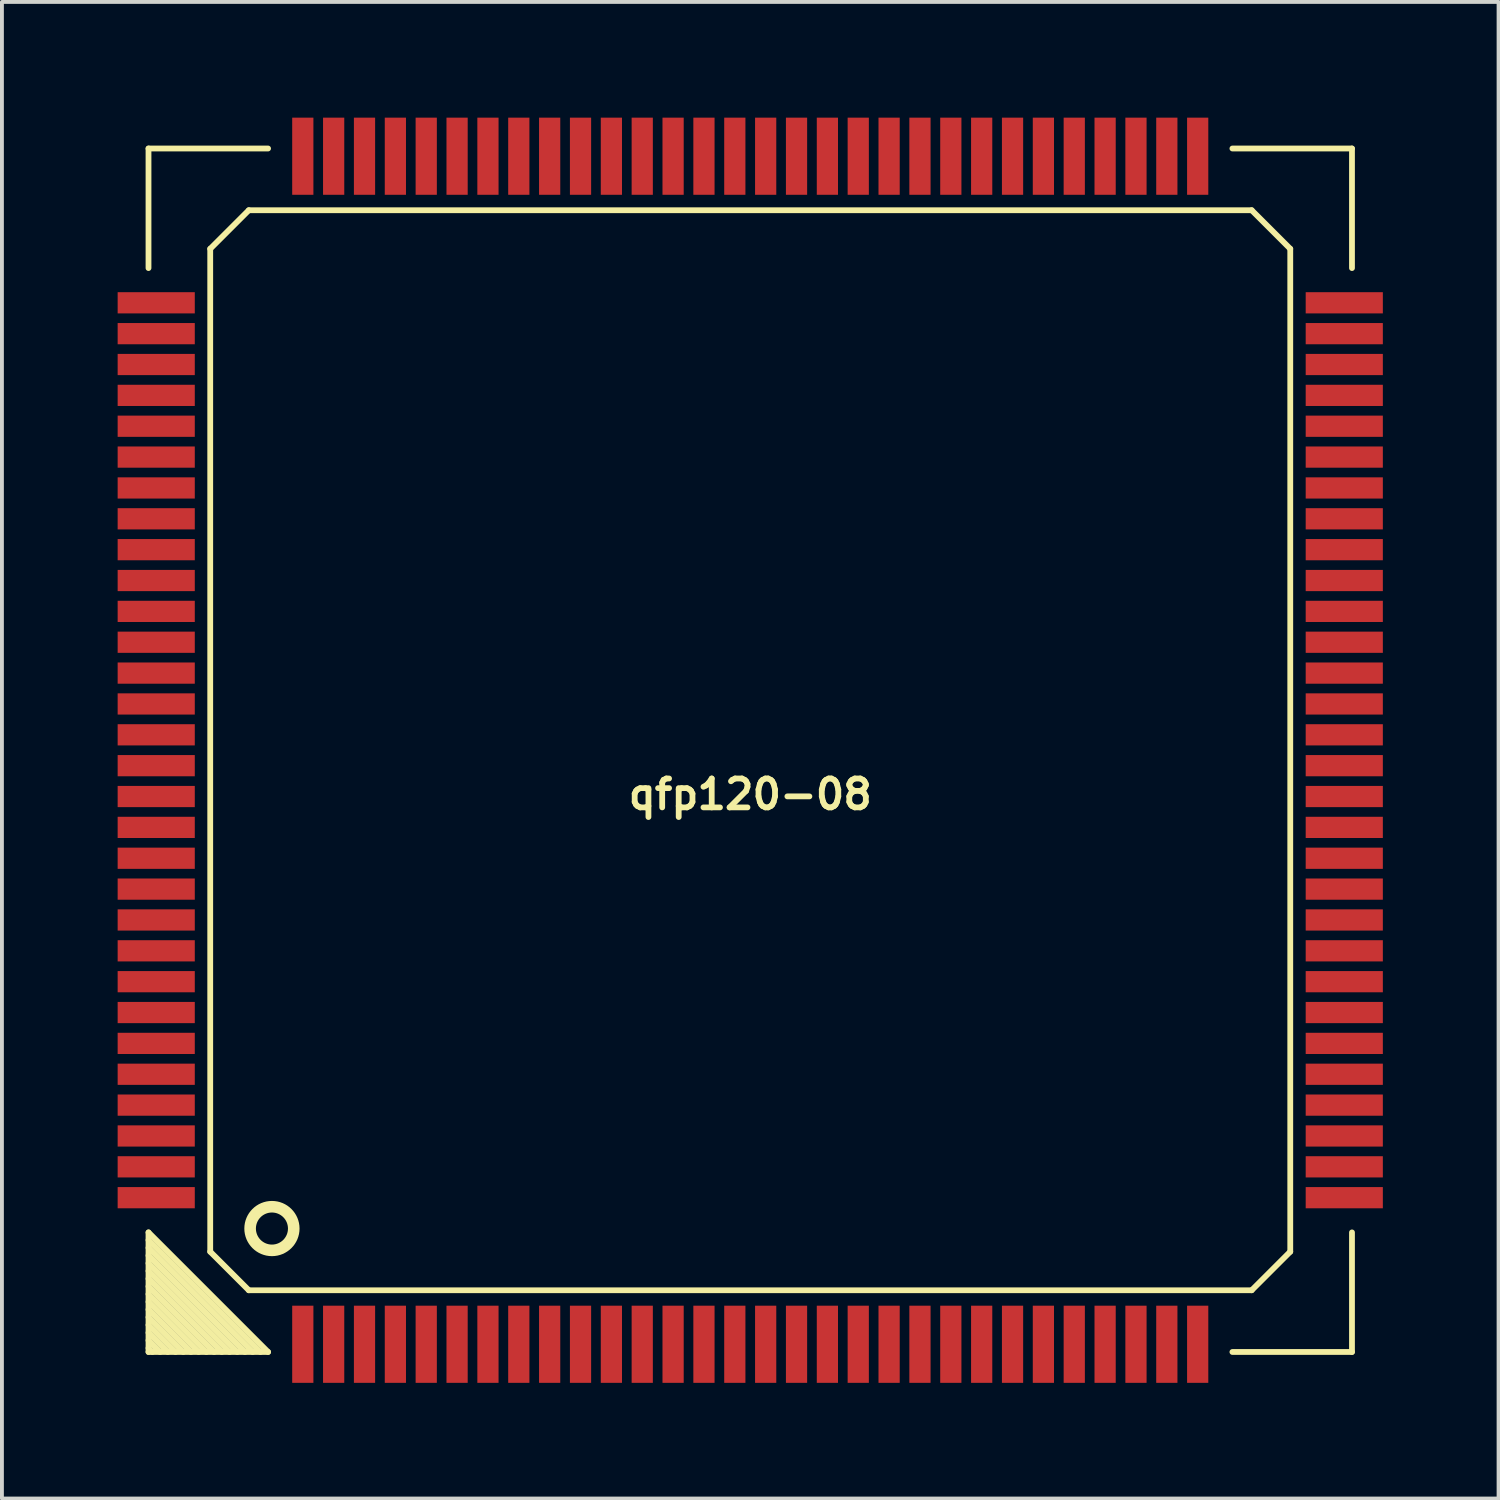
<source format=kicad_pcb>
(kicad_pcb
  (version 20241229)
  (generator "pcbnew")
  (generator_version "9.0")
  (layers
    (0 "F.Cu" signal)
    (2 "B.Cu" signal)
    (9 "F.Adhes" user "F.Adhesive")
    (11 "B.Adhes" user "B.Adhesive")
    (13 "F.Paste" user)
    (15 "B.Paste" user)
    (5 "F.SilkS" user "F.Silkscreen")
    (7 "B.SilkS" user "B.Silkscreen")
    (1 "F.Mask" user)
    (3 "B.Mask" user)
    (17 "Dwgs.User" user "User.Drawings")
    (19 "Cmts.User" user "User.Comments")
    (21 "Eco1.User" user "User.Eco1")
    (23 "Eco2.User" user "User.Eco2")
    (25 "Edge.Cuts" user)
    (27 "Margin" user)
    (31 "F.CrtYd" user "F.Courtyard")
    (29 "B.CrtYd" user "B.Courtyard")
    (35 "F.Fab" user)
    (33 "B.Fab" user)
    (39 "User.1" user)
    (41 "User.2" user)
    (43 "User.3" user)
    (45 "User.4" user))
  (footprint "qfp120-08"
    (layer "F.Cu")
    (at 16.4 16.4)
    (property "Reference" "qfp120-08" (at 0 1.143 0) (layer "F.SilkS") (effects (font (size 0.749 0.749) (thickness 0.15))))
    (attr through_hole)
    (fp_line (start -15.6 -15.6) (end -12.5 -15.6) (stroke (width 0.15) (type solid)) (layer "F.SilkS"))
    (fp_line (start -15.6 -12.5) (end -15.6 -15.6) (stroke (width 0.15) (type solid)) (layer "F.SilkS"))
    (fp_line (start -15.6 12.7) (end -12.7 15.6) (stroke (width 0.15) (type solid)) (layer "F.SilkS"))
    (fp_line (start -15.6 14.3) (end -14.3 15.6) (stroke (width 0.15) (type solid)) (layer "F.SilkS"))
    (fp_line (start -15.6 14.7) (end -14.7 15.6) (stroke (width 0.15) (type solid)) (layer "F.SilkS"))
    (fp_line (start -15.6 15.1) (end -15.1 15.6) (stroke (width 0.15) (type solid)) (layer "F.SilkS"))
    (fp_line (start -15.6 15.5) (end -15.5 15.6) (stroke (width 0.15) (type solid)) (layer "F.SilkS"))
    (fp_line (start -15.6 15.6) (end -15.6 12.5) (stroke (width 0.15) (type solid)) (layer "F.SilkS"))
    (fp_line (start -15.3 15.6) (end -15.6 15.3) (stroke (width 0.15) (type solid)) (layer "F.SilkS"))
    (fp_line (start -14.9 15.6) (end -15.6 14.9) (stroke (width 0.15) (type solid)) (layer "F.SilkS"))
    (fp_line (start -14.5 15.6) (end -15.6 14.5) (stroke (width 0.15) (type solid)) (layer "F.SilkS"))
    (fp_line (start -14.1 15.6) (end -15.6 14.1) (stroke (width 0.15) (type solid)) (layer "F.SilkS"))
    (fp_line (start -14 -13) (end -13 -14) (stroke (width 0.15) (type solid)) (layer "F.SilkS"))
    (fp_line (start -14 13) (end -14 -13) (stroke (width 0.15) (type solid)) (layer "F.SilkS"))
    (fp_line (start -13.9 15.6) (end -15.6 13.9) (stroke (width 0.15) (type solid)) (layer "F.SilkS"))
    (fp_line (start -13.7 15.6) (end -15.6 13.7) (stroke (width 0.15) (type solid)) (layer "F.SilkS"))
    (fp_line (start -13.5 15.6) (end -15.6 13.5) (stroke (width 0.15) (type solid)) (layer "F.SilkS"))
    (fp_line (start -13.3 15.6) (end -15.6 13.3) (stroke (width 0.15) (type solid)) (layer "F.SilkS"))
    (fp_line (start -13.1 15.6) (end -15.6 13.1) (stroke (width 0.15) (type solid)) (layer "F.SilkS"))
    (fp_line (start -13 -14) (end 13 -14) (stroke (width 0.15) (type solid)) (layer "F.SilkS"))
    (fp_line (start -13 14) (end -14 13) (stroke (width 0.15) (type solid)) (layer "F.SilkS"))
    (fp_line (start -12.9 15.6) (end -15.6 12.9) (stroke (width 0.15) (type solid)) (layer "F.SilkS"))
    (fp_line (start -12.5 15.6) (end -15.6 12.5) (stroke (width 0.15) (type solid)) (layer "F.SilkS"))
    (fp_line (start -12.5 15.6) (end -15.6 15.6) (stroke (width 0.15) (type solid)) (layer "F.SilkS"))
    (fp_line (start 12.5 -15.6) (end 15.6 -15.6) (stroke (width 0.15) (type solid)) (layer "F.SilkS"))
    (fp_line (start 13 -14) (end 14 -13) (stroke (width 0.15) (type solid)) (layer "F.SilkS"))
    (fp_line (start 13 14) (end -13 14) (stroke (width 0.15) (type solid)) (layer "F.SilkS"))
    (fp_line (start 14 13) (end 13 14) (stroke (width 0.15) (type solid)) (layer "F.SilkS"))
    (fp_line (start 14 13) (end 14 -13) (stroke (width 0.15) (type solid)) (layer "F.SilkS"))
    (fp_line (start 15.6 -15.6) (end 15.6 -12.5) (stroke (width 0.15) (type solid)) (layer "F.SilkS"))
    (fp_line (start 15.6 12.5) (end 15.6 15.6) (stroke (width 0.15) (type solid)) (layer "F.SilkS"))
    (fp_line (start 15.6 15.6) (end 12.5 15.6) (stroke (width 0.15) (type solid)) (layer "F.SilkS"))
    (fp_circle (center -12.4 12.4) (end -12.8 12.8) (stroke (width 0.3) (type solid)) (fill no) (layer "F.SilkS"))
    (pad "1" smd rect (at -11.6 15.4) (size 0.55 2) (layers "F.Cu" "F.Mask" "F.Paste"))
    (pad "2" smd rect (at -10.8 15.4) (size 0.55 2) (layers "F.Cu" "F.Mask" "F.Paste"))
    (pad "3" smd rect (at -10 15.4) (size 0.55 2) (layers "F.Cu" "F.Mask" "F.Paste"))
    (pad "4" smd rect (at -9.2 15.4) (size 0.55 2) (layers "F.Cu" "F.Mask" "F.Paste"))
    (pad "5" smd rect (at -8.4 15.4) (size 0.55 2) (layers "F.Cu" "F.Mask" "F.Paste"))
    (pad "6" smd rect (at -7.6 15.4) (size 0.55 2) (layers "F.Cu" "F.Mask" "F.Paste"))
    (pad "7" smd rect (at -6.8 15.4) (size 0.55 2) (layers "F.Cu" "F.Mask" "F.Paste"))
    (pad "8" smd rect (at -6 15.4) (size 0.55 2) (layers "F.Cu" "F.Mask" "F.Paste"))
    (pad "9" smd rect (at -5.2 15.4) (size 0.55 2) (layers "F.Cu" "F.Mask" "F.Paste"))
    (pad "10" smd rect (at -4.4 15.4) (size 0.55 2) (layers "F.Cu" "F.Mask" "F.Paste"))
    (pad "11" smd rect (at -3.6 15.4) (size 0.55 2) (layers "F.Cu" "F.Mask" "F.Paste"))
    (pad "12" smd rect (at -2.8 15.4) (size 0.55 2) (layers "F.Cu" "F.Mask" "F.Paste"))
    (pad "13" smd rect (at -2 15.4) (size 0.55 2) (layers "F.Cu" "F.Mask" "F.Paste"))
    (pad "14" smd rect (at -1.2 15.4) (size 0.55 2) (layers "F.Cu" "F.Mask" "F.Paste"))
    (pad "15" smd rect (at -0.4 15.4) (size 0.55 2) (layers "F.Cu" "F.Mask" "F.Paste"))
    (pad "16" smd rect (at 0.4 15.4) (size 0.55 2) (layers "F.Cu" "F.Mask" "F.Paste"))
    (pad "17" smd rect (at 1.2 15.4) (size 0.55 2) (layers "F.Cu" "F.Mask" "F.Paste"))
    (pad "18" smd rect (at 2 15.4) (size 0.55 2) (layers "F.Cu" "F.Mask" "F.Paste"))
    (pad "19" smd rect (at 2.8 15.4) (size 0.55 2) (layers "F.Cu" "F.Mask" "F.Paste"))
    (pad "20" smd rect (at 3.6 15.4) (size 0.55 2) (layers "F.Cu" "F.Mask" "F.Paste"))
    (pad "21" smd rect (at 4.4 15.4) (size 0.55 2) (layers "F.Cu" "F.Mask" "F.Paste"))
    (pad "22" smd rect (at 5.2 15.4) (size 0.55 2) (layers "F.Cu" "F.Mask" "F.Paste"))
    (pad "23" smd rect (at 6 15.4) (size 0.55 2) (layers "F.Cu" "F.Mask" "F.Paste"))
    (pad "24" smd rect (at 6.8 15.4) (size 0.55 2) (layers "F.Cu" "F.Mask" "F.Paste"))
    (pad "25" smd rect (at 7.6 15.4) (size 0.55 2) (layers "F.Cu" "F.Mask" "F.Paste"))
    (pad "26" smd rect (at 8.4 15.4) (size 0.55 2) (layers "F.Cu" "F.Mask" "F.Paste"))
    (pad "27" smd rect (at 9.2 15.4) (size 0.55 2) (layers "F.Cu" "F.Mask" "F.Paste"))
    (pad "28" smd rect (at 10 15.4) (size 0.55 2) (layers "F.Cu" "F.Mask" "F.Paste"))
    (pad "29" smd rect (at 10.8 15.4) (size 0.55 2) (layers "F.Cu" "F.Mask" "F.Paste"))
    (pad "30" smd rect (at 11.6 15.4) (size 0.55 2) (layers "F.Cu" "F.Mask" "F.Paste"))
    (pad "31" smd rect (at 15.4 11.6) (size 2 0.55) (layers "F.Cu" "F.Mask" "F.Paste"))
    (pad "32" smd rect (at 15.4 10.8) (size 2 0.55) (layers "F.Cu" "F.Mask" "F.Paste"))
    (pad "33" smd rect (at 15.4 10) (size 2 0.55) (layers "F.Cu" "F.Mask" "F.Paste"))
    (pad "34" smd rect (at 15.4 9.2) (size 2 0.55) (layers "F.Cu" "F.Mask" "F.Paste"))
    (pad "35" smd rect (at 15.4 8.4) (size 2 0.55) (layers "F.Cu" "F.Mask" "F.Paste"))
    (pad "36" smd rect (at 15.4 7.6) (size 2 0.55) (layers "F.Cu" "F.Mask" "F.Paste"))
    (pad "37" smd rect (at 15.4 6.8) (size 2 0.55) (layers "F.Cu" "F.Mask" "F.Paste"))
    (pad "38" smd rect (at 15.4 6) (size 2 0.55) (layers "F.Cu" "F.Mask" "F.Paste"))
    (pad "39" smd rect (at 15.4 5.2) (size 2 0.55) (layers "F.Cu" "F.Mask" "F.Paste"))
    (pad "40" smd rect (at 15.4 4.4) (size 2 0.55) (layers "F.Cu" "F.Mask" "F.Paste"))
    (pad "41" smd rect (at 15.4 3.6) (size 2 0.55) (layers "F.Cu" "F.Mask" "F.Paste"))
    (pad "42" smd rect (at 15.4 2.8) (size 2 0.55) (layers "F.Cu" "F.Mask" "F.Paste"))
    (pad "43" smd rect (at 15.4 2) (size 2 0.55) (layers "F.Cu" "F.Mask" "F.Paste"))
    (pad "44" smd rect (at 15.4 1.2) (size 2 0.55) (layers "F.Cu" "F.Mask" "F.Paste"))
    (pad "45" smd rect (at 15.4 0.4) (size 2 0.55) (layers "F.Cu" "F.Mask" "F.Paste"))
    (pad "46" smd rect (at 15.4 -0.4) (size 2 0.55) (layers "F.Cu" "F.Mask" "F.Paste"))
    (pad "47" smd rect (at 15.4 -1.2) (size 2 0.55) (layers "F.Cu" "F.Mask" "F.Paste"))
    (pad "48" smd rect (at 15.4 -2) (size 2 0.55) (layers "F.Cu" "F.Mask" "F.Paste"))
    (pad "49" smd rect (at 15.4 -2.8) (size 2 0.55) (layers "F.Cu" "F.Mask" "F.Paste"))
    (pad "50" smd rect (at 15.4 -3.6) (size 2 0.55) (layers "F.Cu" "F.Mask" "F.Paste"))
    (pad "51" smd rect (at 15.4 -4.4) (size 2 0.55) (layers "F.Cu" "F.Mask" "F.Paste"))
    (pad "52" smd rect (at 15.4 -5.2) (size 2 0.55) (layers "F.Cu" "F.Mask" "F.Paste"))
    (pad "53" smd rect (at 15.4 -6) (size 2 0.55) (layers "F.Cu" "F.Mask" "F.Paste"))
    (pad "54" smd rect (at 15.4 -6.8) (size 2 0.55) (layers "F.Cu" "F.Mask" "F.Paste"))
    (pad "55" smd rect (at 15.4 -7.6) (size 2 0.55) (layers "F.Cu" "F.Mask" "F.Paste"))
    (pad "56" smd rect (at 15.4 -8.4) (size 2 0.55) (layers "F.Cu" "F.Mask" "F.Paste"))
    (pad "57" smd rect (at 15.4 -9.2) (size 2 0.55) (layers "F.Cu" "F.Mask" "F.Paste"))
    (pad "58" smd rect (at 15.4 -10) (size 2 0.55) (layers "F.Cu" "F.Mask" "F.Paste"))
    (pad "59" smd rect (at 15.4 -10.8) (size 2 0.55) (layers "F.Cu" "F.Mask" "F.Paste"))
    (pad "60" smd rect (at 15.4 -11.6) (size 2 0.55) (layers "F.Cu" "F.Mask" "F.Paste"))
    (pad "61" smd rect (at 11.6 -15.4) (size 0.55 2) (layers "F.Cu" "F.Mask" "F.Paste"))
    (pad "62" smd rect (at 10.8 -15.4) (size 0.55 2) (layers "F.Cu" "F.Mask" "F.Paste"))
    (pad "63" smd rect (at 10 -15.4) (size 0.55 2) (layers "F.Cu" "F.Mask" "F.Paste"))
    (pad "64" smd rect (at 9.2 -15.4) (size 0.55 2) (layers "F.Cu" "F.Mask" "F.Paste"))
    (pad "65" smd rect (at 8.4 -15.4) (size 0.55 2) (layers "F.Cu" "F.Mask" "F.Paste"))
    (pad "66" smd rect (at 7.6 -15.4) (size 0.55 2) (layers "F.Cu" "F.Mask" "F.Paste"))
    (pad "67" smd rect (at 6.8 -15.4) (size 0.55 2) (layers "F.Cu" "F.Mask" "F.Paste"))
    (pad "68" smd rect (at 6 -15.4) (size 0.55 2) (layers "F.Cu" "F.Mask" "F.Paste"))
    (pad "69" smd rect (at 5.2 -15.4) (size 0.55 2) (layers "F.Cu" "F.Mask" "F.Paste"))
    (pad "70" smd rect (at 4.4 -15.4) (size 0.55 2) (layers "F.Cu" "F.Mask" "F.Paste"))
    (pad "71" smd rect (at 3.6 -15.4) (size 0.55 2) (layers "F.Cu" "F.Mask" "F.Paste"))
    (pad "72" smd rect (at 2.8 -15.4) (size 0.55 2) (layers "F.Cu" "F.Mask" "F.Paste"))
    (pad "73" smd rect (at 2 -15.4) (size 0.55 2) (layers "F.Cu" "F.Mask" "F.Paste"))
    (pad "74" smd rect (at 1.2 -15.4) (size 0.55 2) (layers "F.Cu" "F.Mask" "F.Paste"))
    (pad "75" smd rect (at 0.4 -15.4) (size 0.55 2) (layers "F.Cu" "F.Mask" "F.Paste"))
    (pad "76" smd rect (at -0.4 -15.4) (size 0.55 2) (layers "F.Cu" "F.Mask" "F.Paste"))
    (pad "77" smd rect (at -1.2 -15.4) (size 0.55 2) (layers "F.Cu" "F.Mask" "F.Paste"))
    (pad "78" smd rect (at -2 -15.4) (size 0.55 2) (layers "F.Cu" "F.Mask" "F.Paste"))
    (pad "79" smd rect (at -2.8 -15.4) (size 0.55 2) (layers "F.Cu" "F.Mask" "F.Paste"))
    (pad "80" smd rect (at -3.6 -15.4) (size 0.55 2) (layers "F.Cu" "F.Mask" "F.Paste"))
    (pad "81" smd rect (at -4.4 -15.4) (size 0.55 2) (layers "F.Cu" "F.Mask" "F.Paste"))
    (pad "82" smd rect (at -5.2 -15.4) (size 0.55 2) (layers "F.Cu" "F.Mask" "F.Paste"))
    (pad "83" smd rect (at -6 -15.4) (size 0.55 2) (layers "F.Cu" "F.Mask" "F.Paste"))
    (pad "84" smd rect (at -6.8 -15.4) (size 0.55 2) (layers "F.Cu" "F.Mask" "F.Paste"))
    (pad "85" smd rect (at -7.6 -15.4) (size 0.55 2) (layers "F.Cu" "F.Mask" "F.Paste"))
    (pad "86" smd rect (at -8.4 -15.4) (size 0.55 2) (layers "F.Cu" "F.Mask" "F.Paste"))
    (pad "87" smd rect (at -9.2 -15.4) (size 0.55 2) (layers "F.Cu" "F.Mask" "F.Paste"))
    (pad "88" smd rect (at -10 -15.4) (size 0.55 2) (layers "F.Cu" "F.Mask" "F.Paste"))
    (pad "89" smd rect (at -10.8 -15.4) (size 0.55 2) (layers "F.Cu" "F.Mask" "F.Paste"))
    (pad "90" smd rect (at -11.6 -15.4) (size 0.55 2) (layers "F.Cu" "F.Mask" "F.Paste"))
    (pad "91" smd rect (at -15.4 -11.6) (size 2 0.55) (layers "F.Cu" "F.Mask" "F.Paste"))
    (pad "92" smd rect (at -15.4 -10.8) (size 2 0.55) (layers "F.Cu" "F.Mask" "F.Paste"))
    (pad "93" smd rect (at -15.4 -10) (size 2 0.55) (layers "F.Cu" "F.Mask" "F.Paste"))
    (pad "94" smd rect (at -15.4 -9.2) (size 2 0.55) (layers "F.Cu" "F.Mask" "F.Paste"))
    (pad "95" smd rect (at -15.4 -8.4) (size 2 0.55) (layers "F.Cu" "F.Mask" "F.Paste"))
    (pad "96" smd rect (at -15.4 -7.6) (size 2 0.55) (layers "F.Cu" "F.Mask" "F.Paste"))
    (pad "97" smd rect (at -15.4 -6.8) (size 2 0.55) (layers "F.Cu" "F.Mask" "F.Paste"))
    (pad "98" smd rect (at -15.4 -6) (size 2 0.55) (layers "F.Cu" "F.Mask" "F.Paste"))
    (pad "99" smd rect (at -15.4 -5.2) (size 2 0.55) (layers "F.Cu" "F.Mask" "F.Paste"))
    (pad "100" smd rect (at -15.4 -4.4) (size 2 0.55) (layers "F.Cu" "F.Mask" "F.Paste"))
    (pad "101" smd rect (at -15.4 -3.6) (size 2 0.55) (layers "F.Cu" "F.Mask" "F.Paste"))
    (pad "102" smd rect (at -15.4 -2.8) (size 2 0.55) (layers "F.Cu" "F.Mask" "F.Paste"))
    (pad "103" smd rect (at -15.4 -2) (size 2 0.55) (layers "F.Cu" "F.Mask" "F.Paste"))
    (pad "104" smd rect (at -15.4 -1.2) (size 2 0.55) (layers "F.Cu" "F.Mask" "F.Paste"))
    (pad "105" smd rect (at -15.4 -0.4) (size 2 0.55) (layers "F.Cu" "F.Mask" "F.Paste"))
    (pad "106" smd rect (at -15.4 0.4) (size 2 0.55) (layers "F.Cu" "F.Mask" "F.Paste"))
    (pad "107" smd rect (at -15.4 1.2) (size 2 0.55) (layers "F.Cu" "F.Mask" "F.Paste"))
    (pad "108" smd rect (at -15.4 2) (size 2 0.55) (layers "F.Cu" "F.Mask" "F.Paste"))
    (pad "109" smd rect (at -15.4 2.8) (size 2 0.55) (layers "F.Cu" "F.Mask" "F.Paste"))
    (pad "110" smd rect (at -15.4 3.6) (size 2 0.55) (layers "F.Cu" "F.Mask" "F.Paste"))
    (pad "111" smd rect (at -15.4 4.4) (size 2 0.55) (layers "F.Cu" "F.Mask" "F.Paste"))
    (pad "112" smd rect (at -15.4 5.2) (size 2 0.55) (layers "F.Cu" "F.Mask" "F.Paste"))
    (pad "113" smd rect (at -15.4 6) (size 2 0.55) (layers "F.Cu" "F.Mask" "F.Paste"))
    (pad "114" smd rect (at -15.4 6.8) (size 2 0.55) (layers "F.Cu" "F.Mask" "F.Paste"))
    (pad "115" smd rect (at -15.4 7.6) (size 2 0.55) (layers "F.Cu" "F.Mask" "F.Paste"))
    (pad "116" smd rect (at -15.4 8.4) (size 2 0.55) (layers "F.Cu" "F.Mask" "F.Paste"))
    (pad "117" smd rect (at -15.4 9.2) (size 2 0.55) (layers "F.Cu" "F.Mask" "F.Paste"))
    (pad "118" smd rect (at -15.4 10) (size 2 0.55) (layers "F.Cu" "F.Mask" "F.Paste"))
    (pad "119" smd rect (at -15.4 10.8) (size 2 0.55) (layers "F.Cu" "F.Mask" "F.Paste"))
    (pad "120" smd rect (at -15.4 11.6) (size 2 0.55) (layers "F.Cu" "F.Mask" "F.Paste")))
  (gr_rect
    (start -3 -3)
    (end 35.8 35.8)
    (stroke (width 0.1) (type default))
    (fill no)
    (layer "Edge.Cuts")))
</source>
